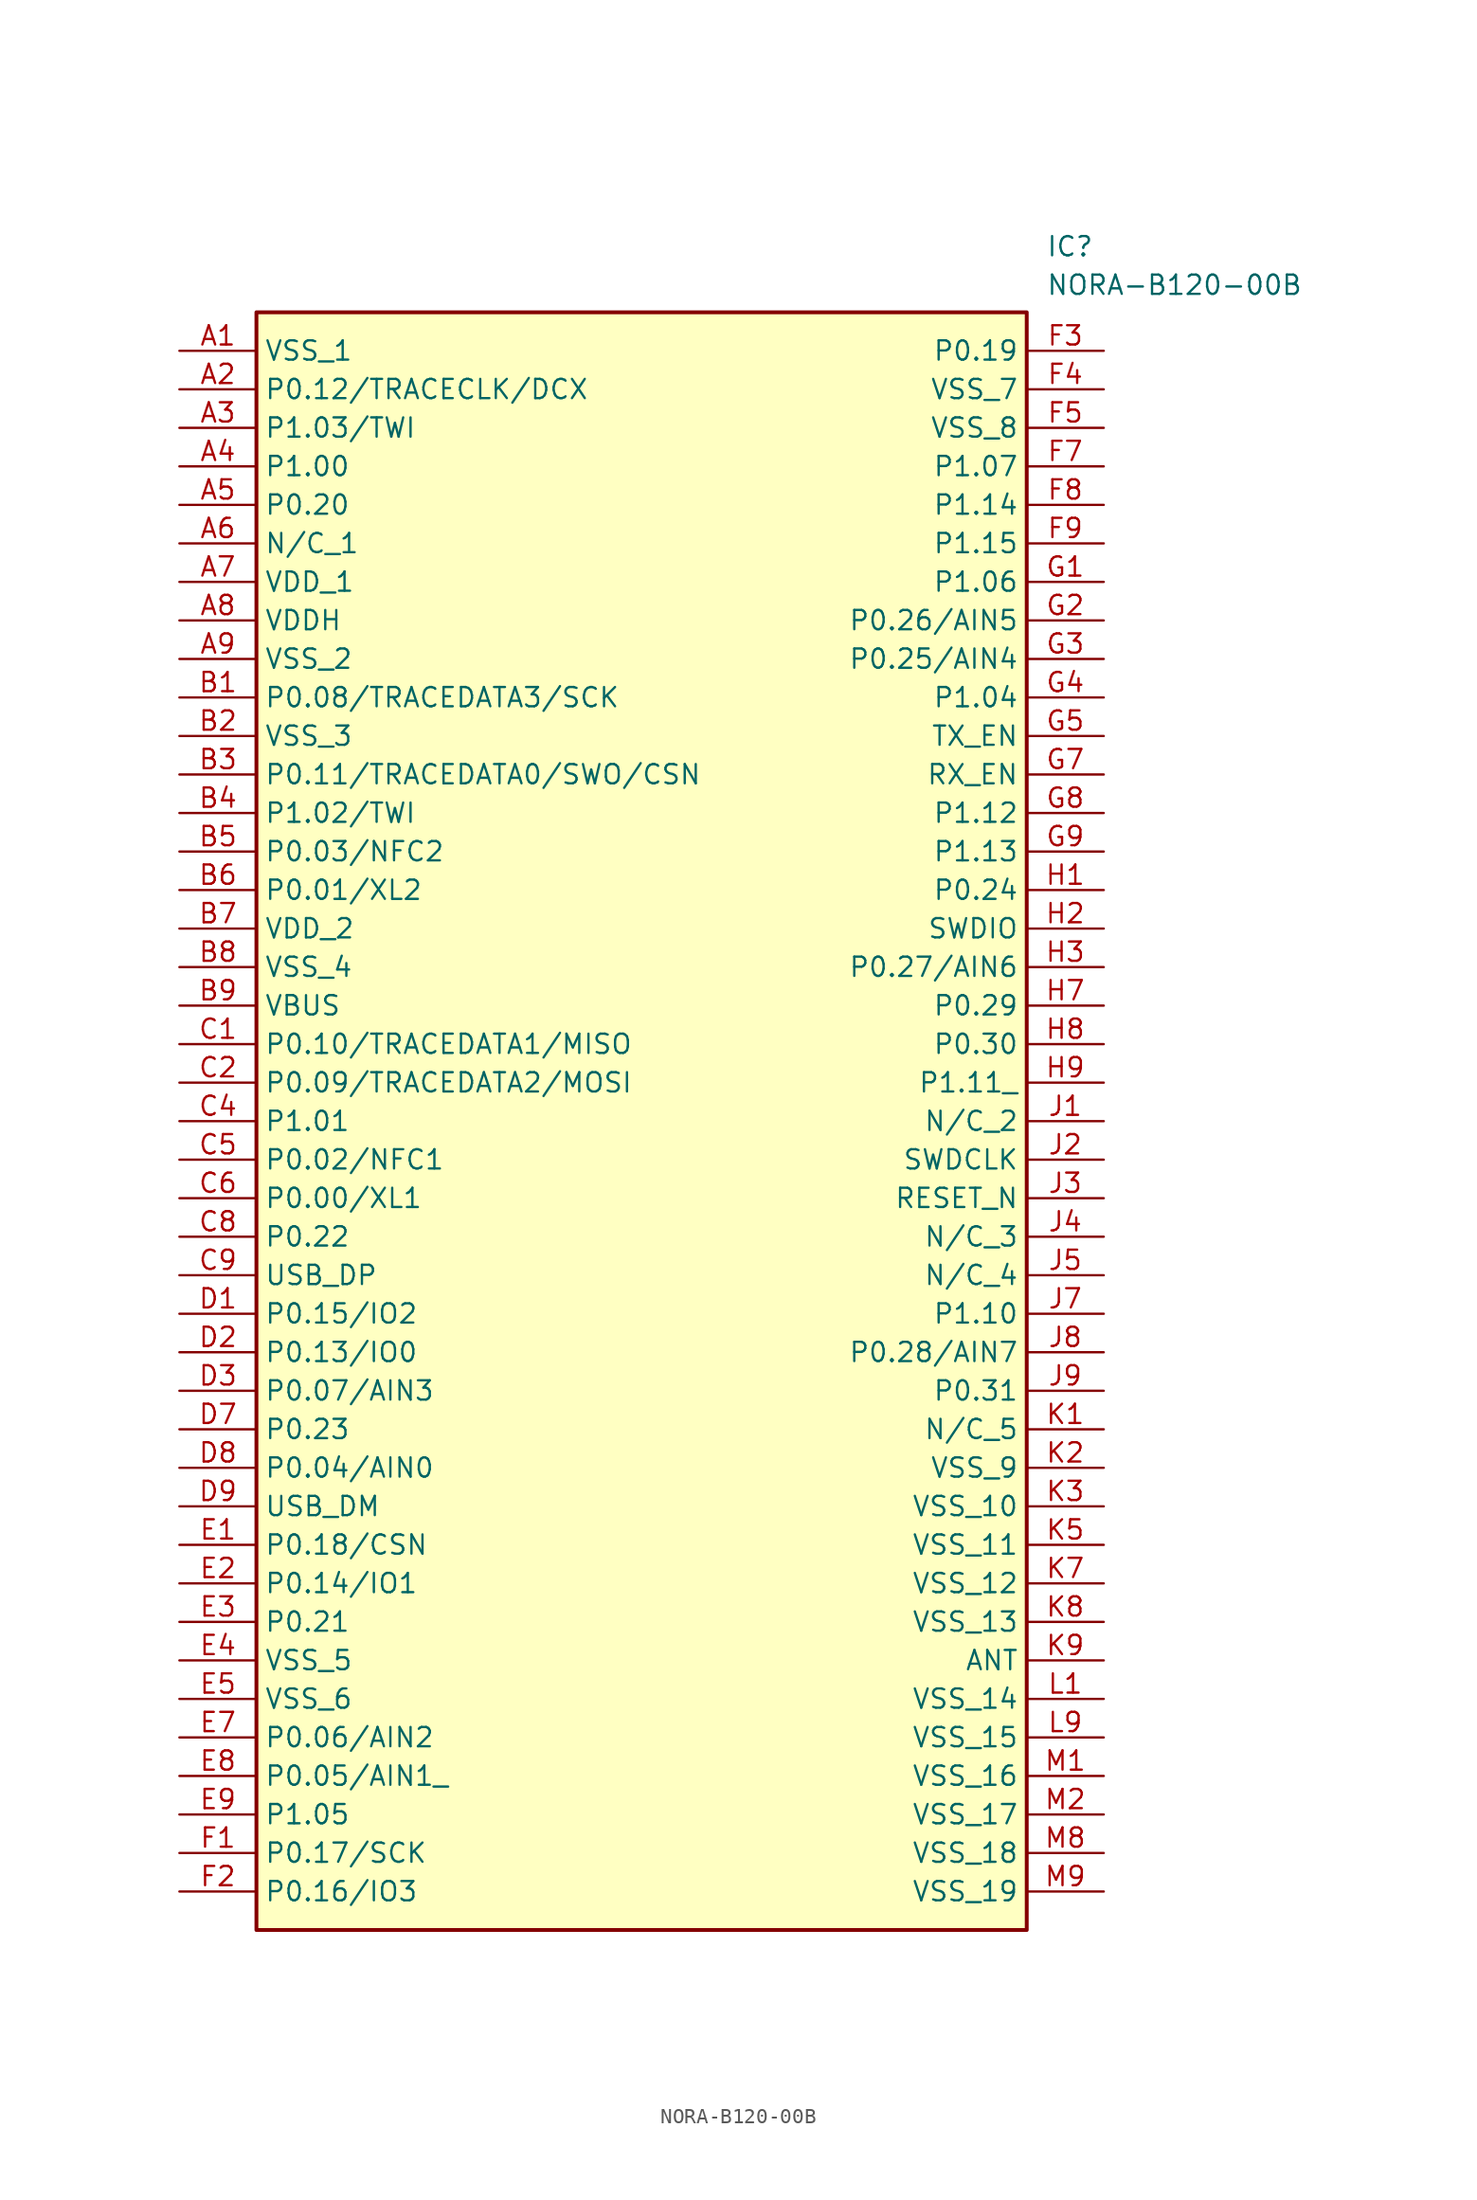
<source format=kicad_sym>
(kicad_symbol_lib
  (version 20211014)
  (generator SamacSys_ECAD_Model)
  (symbol "NORA-B120-00B"
    (property "Reference" "IC"
      (at 57.15 7.62 0)
      (effects (font (size 1.27 1.27)) (justify left top)))
    (property "Value" "NORA-B120-00B"
      (at 57.15 5.08 0)
      (effects (font (size 1.27 1.27)) (justify left top)))
    (rectangle
      (start 5.08 2.54)
      (end 55.88 -104.14)
      (stroke (width 0.254) (type default))
      (fill (type background)))
    (pin passive line
      (at 0 0 0)
      (length 5.08)
      (name "VSS_1" (effects (font (size 1.27 1.27))))
      (number "A1" (effects (font (size 1.27 1.27)))))
    (pin passive line
      (at 0 -2.54 0)
      (length 5.08)
      (name "P0.12/TRACECLK/DCX" (effects (font (size 1.27 1.27))))
      (number "A2" (effects (font (size 1.27 1.27)))))
    (pin passive line
      (at 0 -5.08 0)
      (length 5.08)
      (name "P1.03/TWI" (effects (font (size 1.27 1.27))))
      (number "A3" (effects (font (size 1.27 1.27)))))
    (pin passive line
      (at 0 -7.62 0)
      (length 5.08)
      (name "P1.00" (effects (font (size 1.27 1.27))))
      (number "A4" (effects (font (size 1.27 1.27)))))
    (pin passive line
      (at 0 -10.16 0)
      (length 5.08)
      (name "P0.20" (effects (font (size 1.27 1.27))))
      (number "A5" (effects (font (size 1.27 1.27)))))
    (pin passive line
      (at 0 -12.7 0)
      (length 5.08)
      (name "N/C_1" (effects (font (size 1.27 1.27))))
      (number "A6" (effects (font (size 1.27 1.27)))))
    (pin passive line
      (at 0 -15.24 0)
      (length 5.08)
      (name "VDD_1" (effects (font (size 1.27 1.27))))
      (number "A7" (effects (font (size 1.27 1.27)))))
    (pin passive line
      (at 0 -17.78 0)
      (length 5.08)
      (name "VDDH" (effects (font (size 1.27 1.27))))
      (number "A8" (effects (font (size 1.27 1.27)))))
    (pin passive line
      (at 0 -20.32 0)
      (length 5.08)
      (name "VSS_2" (effects (font (size 1.27 1.27))))
      (number "A9" (effects (font (size 1.27 1.27)))))
    (pin passive line
      (at 0 -22.86 0)
      (length 5.08)
      (name "P0.08/TRACEDATA3/SCK" (effects (font (size 1.27 1.27))))
      (number "B1" (effects (font (size 1.27 1.27)))))
    (pin passive line
      (at 0 -25.4 0)
      (length 5.08)
      (name "VSS_3" (effects (font (size 1.27 1.27))))
      (number "B2" (effects (font (size 1.27 1.27)))))
    (pin passive line
      (at 0 -27.94 0)
      (length 5.08)
      (name "P0.11/TRACEDATA0/SWO/CSN" (effects (font (size 1.27 1.27))))
      (number "B3" (effects (font (size 1.27 1.27)))))
    (pin passive line
      (at 0 -30.48 0)
      (length 5.08)
      (name "P1.02/TWI" (effects (font (size 1.27 1.27))))
      (number "B4" (effects (font (size 1.27 1.27)))))
    (pin passive line
      (at 0 -33.02 0)
      (length 5.08)
      (name "P0.03/NFC2" (effects (font (size 1.27 1.27))))
      (number "B5" (effects (font (size 1.27 1.27)))))
    (pin passive line
      (at 0 -35.56 0)
      (length 5.08)
      (name "P0.01/XL2" (effects (font (size 1.27 1.27))))
      (number "B6" (effects (font (size 1.27 1.27)))))
    (pin passive line
      (at 0 -38.1 0)
      (length 5.08)
      (name "VDD_2" (effects (font (size 1.27 1.27))))
      (number "B7" (effects (font (size 1.27 1.27)))))
    (pin passive line
      (at 0 -40.64 0)
      (length 5.08)
      (name "VSS_4" (effects (font (size 1.27 1.27))))
      (number "B8" (effects (font (size 1.27 1.27)))))
    (pin passive line
      (at 0 -43.18 0)
      (length 5.08)
      (name "VBUS" (effects (font (size 1.27 1.27))))
      (number "B9" (effects (font (size 1.27 1.27)))))
    (pin passive line
      (at 0 -45.72 0)
      (length 5.08)
      (name "P0.10/TRACEDATA1/MISO" (effects (font (size 1.27 1.27))))
      (number "C1" (effects (font (size 1.27 1.27)))))
    (pin passive line
      (at 0 -48.26 0)
      (length 5.08)
      (name "P0.09/TRACEDATA2/MOSI" (effects (font (size 1.27 1.27))))
      (number "C2" (effects (font (size 1.27 1.27)))))
    (pin passive line
      (at 0 -50.8 0)
      (length 5.08)
      (name "P1.01" (effects (font (size 1.27 1.27))))
      (number "C4" (effects (font (size 1.27 1.27)))))
    (pin passive line
      (at 0 -53.34 0)
      (length 5.08)
      (name "P0.02/NFC1" (effects (font (size 1.27 1.27))))
      (number "C5" (effects (font (size 1.27 1.27)))))
    (pin passive line
      (at 0 -55.88 0)
      (length 5.08)
      (name "P0.00/XL1" (effects (font (size 1.27 1.27))))
      (number "C6" (effects (font (size 1.27 1.27)))))
    (pin passive line
      (at 0 -58.42 0)
      (length 5.08)
      (name "P0.22" (effects (font (size 1.27 1.27))))
      (number "C8" (effects (font (size 1.27 1.27)))))
    (pin passive line
      (at 0 -60.96 0)
      (length 5.08)
      (name "USB_DP" (effects (font (size 1.27 1.27))))
      (number "C9" (effects (font (size 1.27 1.27)))))
    (pin passive line
      (at 0 -63.5 0)
      (length 5.08)
      (name "P0.15/IO2" (effects (font (size 1.27 1.27))))
      (number "D1" (effects (font (size 1.27 1.27)))))
    (pin passive line
      (at 0 -66.04 0)
      (length 5.08)
      (name "P0.13/IO0" (effects (font (size 1.27 1.27))))
      (number "D2" (effects (font (size 1.27 1.27)))))
    (pin passive line
      (at 0 -68.58 0)
      (length 5.08)
      (name "P0.07/AIN3" (effects (font (size 1.27 1.27))))
      (number "D3" (effects (font (size 1.27 1.27)))))
    (pin passive line
      (at 0 -71.12 0)
      (length 5.08)
      (name "P0.23" (effects (font (size 1.27 1.27))))
      (number "D7" (effects (font (size 1.27 1.27)))))
    (pin passive line
      (at 0 -73.66 0)
      (length 5.08)
      (name "P0.04/AIN0" (effects (font (size 1.27 1.27))))
      (number "D8" (effects (font (size 1.27 1.27)))))
    (pin passive line
      (at 0 -76.2 0)
      (length 5.08)
      (name "USB_DM" (effects (font (size 1.27 1.27))))
      (number "D9" (effects (font (size 1.27 1.27)))))
    (pin passive line
      (at 0 -78.74 0)
      (length 5.08)
      (name "P0.18/CSN" (effects (font (size 1.27 1.27))))
      (number "E1" (effects (font (size 1.27 1.27)))))
    (pin passive line
      (at 0 -81.28 0)
      (length 5.08)
      (name "P0.14/IO1" (effects (font (size 1.27 1.27))))
      (number "E2" (effects (font (size 1.27 1.27)))))
    (pin passive line
      (at 0 -83.82 0)
      (length 5.08)
      (name "P0.21" (effects (font (size 1.27 1.27))))
      (number "E3" (effects (font (size 1.27 1.27)))))
    (pin passive line
      (at 0 -86.36 0)
      (length 5.08)
      (name "VSS_5" (effects (font (size 1.27 1.27))))
      (number "E4" (effects (font (size 1.27 1.27)))))
    (pin passive line
      (at 0 -88.9 0)
      (length 5.08)
      (name "VSS_6" (effects (font (size 1.27 1.27))))
      (number "E5" (effects (font (size 1.27 1.27)))))
    (pin passive line
      (at 0 -91.44 0)
      (length 5.08)
      (name "P0.06/AIN2" (effects (font (size 1.27 1.27))))
      (number "E7" (effects (font (size 1.27 1.27)))))
    (pin passive line
      (at 0 -93.98 0)
      (length 5.08)
      (name "P0.05/AIN1_" (effects (font (size 1.27 1.27))))
      (number "E8" (effects (font (size 1.27 1.27)))))
    (pin passive line
      (at 0 -96.52 0)
      (length 5.08)
      (name "P1.05" (effects (font (size 1.27 1.27))))
      (number "E9" (effects (font (size 1.27 1.27)))))
    (pin passive line
      (at 0 -99.06 0)
      (length 5.08)
      (name "P0.17/SCK" (effects (font (size 1.27 1.27))))
      (number "F1" (effects (font (size 1.27 1.27)))))
    (pin passive line
      (at 0 -101.6 0)
      (length 5.08)
      (name "P0.16/IO3" (effects (font (size 1.27 1.27))))
      (number "F2" (effects (font (size 1.27 1.27)))))
    (pin passive line
      (at 60.96 0 180)
      (length 5.08)
      (name "P0.19" (effects (font (size 1.27 1.27))))
      (number "F3" (effects (font (size 1.27 1.27)))))
    (pin passive line
      (at 60.96 -2.54 180)
      (length 5.08)
      (name "VSS_7" (effects (font (size 1.27 1.27))))
      (number "F4" (effects (font (size 1.27 1.27)))))
    (pin passive line
      (at 60.96 -5.08 180)
      (length 5.08)
      (name "VSS_8" (effects (font (size 1.27 1.27))))
      (number "F5" (effects (font (size 1.27 1.27)))))
    (pin passive line
      (at 60.96 -7.62 180)
      (length 5.08)
      (name "P1.07" (effects (font (size 1.27 1.27))))
      (number "F7" (effects (font (size 1.27 1.27)))))
    (pin passive line
      (at 60.96 -10.16 180)
      (length 5.08)
      (name "P1.14" (effects (font (size 1.27 1.27))))
      (number "F8" (effects (font (size 1.27 1.27)))))
    (pin passive line
      (at 60.96 -12.7 180)
      (length 5.08)
      (name "P1.15" (effects (font (size 1.27 1.27))))
      (number "F9" (effects (font (size 1.27 1.27)))))
    (pin passive line
      (at 60.96 -15.24 180)
      (length 5.08)
      (name "P1.06" (effects (font (size 1.27 1.27))))
      (number "G1" (effects (font (size 1.27 1.27)))))
    (pin passive line
      (at 60.96 -17.78 180)
      (length 5.08)
      (name "P0.26/AIN5" (effects (font (size 1.27 1.27))))
      (number "G2" (effects (font (size 1.27 1.27)))))
    (pin passive line
      (at 60.96 -20.32 180)
      (length 5.08)
      (name "P0.25/AIN4" (effects (font (size 1.27 1.27))))
      (number "G3" (effects (font (size 1.27 1.27)))))
    (pin passive line
      (at 60.96 -22.86 180)
      (length 5.08)
      (name "P1.04" (effects (font (size 1.27 1.27))))
      (number "G4" (effects (font (size 1.27 1.27)))))
    (pin passive line
      (at 60.96 -25.4 180)
      (length 5.08)
      (name "TX_EN" (effects (font (size 1.27 1.27))))
      (number "G5" (effects (font (size 1.27 1.27)))))
    (pin passive line
      (at 60.96 -27.94 180)
      (length 5.08)
      (name "RX_EN" (effects (font (size 1.27 1.27))))
      (number "G7" (effects (font (size 1.27 1.27)))))
    (pin passive line
      (at 60.96 -30.48 180)
      (length 5.08)
      (name "P1.12" (effects (font (size 1.27 1.27))))
      (number "G8" (effects (font (size 1.27 1.27)))))
    (pin passive line
      (at 60.96 -33.02 180)
      (length 5.08)
      (name "P1.13" (effects (font (size 1.27 1.27))))
      (number "G9" (effects (font (size 1.27 1.27)))))
    (pin passive line
      (at 60.96 -35.56 180)
      (length 5.08)
      (name "P0.24" (effects (font (size 1.27 1.27))))
      (number "H1" (effects (font (size 1.27 1.27)))))
    (pin passive line
      (at 60.96 -38.1 180)
      (length 5.08)
      (name "SWDIO" (effects (font (size 1.27 1.27))))
      (number "H2" (effects (font (size 1.27 1.27)))))
    (pin passive line
      (at 60.96 -40.64 180)
      (length 5.08)
      (name "P0.27/AIN6" (effects (font (size 1.27 1.27))))
      (number "H3" (effects (font (size 1.27 1.27)))))
    (pin passive line
      (at 60.96 -43.18 180)
      (length 5.08)
      (name "P0.29" (effects (font (size 1.27 1.27))))
      (number "H7" (effects (font (size 1.27 1.27)))))
    (pin passive line
      (at 60.96 -45.72 180)
      (length 5.08)
      (name "P0.30" (effects (font (size 1.27 1.27))))
      (number "H8" (effects (font (size 1.27 1.27)))))
    (pin passive line
      (at 60.96 -48.26 180)
      (length 5.08)
      (name "P1.11_" (effects (font (size 1.27 1.27))))
      (number "H9" (effects (font (size 1.27 1.27)))))
    (pin passive line
      (at 60.96 -50.8 180)
      (length 5.08)
      (name "N/C_2" (effects (font (size 1.27 1.27))))
      (number "J1" (effects (font (size 1.27 1.27)))))
    (pin passive line
      (at 60.96 -53.34 180)
      (length 5.08)
      (name "SWDCLK" (effects (font (size 1.27 1.27))))
      (number "J2" (effects (font (size 1.27 1.27)))))
    (pin passive line
      (at 60.96 -55.88 180)
      (length 5.08)
      (name "RESET_N" (effects (font (size 1.27 1.27))))
      (number "J3" (effects (font (size 1.27 1.27)))))
    (pin passive line
      (at 60.96 -58.42 180)
      (length 5.08)
      (name "N/C_3" (effects (font (size 1.27 1.27))))
      (number "J4" (effects (font (size 1.27 1.27)))))
    (pin passive line
      (at 60.96 -60.96 180)
      (length 5.08)
      (name "N/C_4" (effects (font (size 1.27 1.27))))
      (number "J5" (effects (font (size 1.27 1.27)))))
    (pin passive line
      (at 60.96 -63.5 180)
      (length 5.08)
      (name "P1.10" (effects (font (size 1.27 1.27))))
      (number "J7" (effects (font (size 1.27 1.27)))))
    (pin passive line
      (at 60.96 -66.04 180)
      (length 5.08)
      (name "P0.28/AIN7" (effects (font (size 1.27 1.27))))
      (number "J8" (effects (font (size 1.27 1.27)))))
    (pin passive line
      (at 60.96 -68.58 180)
      (length 5.08)
      (name "P0.31" (effects (font (size 1.27 1.27))))
      (number "J9" (effects (font (size 1.27 1.27)))))
    (pin passive line
      (at 60.96 -71.12 180)
      (length 5.08)
      (name "N/C_5" (effects (font (size 1.27 1.27))))
      (number "K1" (effects (font (size 1.27 1.27)))))
    (pin passive line
      (at 60.96 -73.66 180)
      (length 5.08)
      (name "VSS_9" (effects (font (size 1.27 1.27))))
      (number "K2" (effects (font (size 1.27 1.27)))))
    (pin passive line
      (at 60.96 -76.2 180)
      (length 5.08)
      (name "VSS_10" (effects (font (size 1.27 1.27))))
      (number "K3" (effects (font (size 1.27 1.27)))))
    (pin passive line
      (at 60.96 -78.74 180)
      (length 5.08)
      (name "VSS_11" (effects (font (size 1.27 1.27))))
      (number "K5" (effects (font (size 1.27 1.27)))))
    (pin passive line
      (at 60.96 -81.28 180)
      (length 5.08)
      (name "VSS_12" (effects (font (size 1.27 1.27))))
      (number "K7" (effects (font (size 1.27 1.27)))))
    (pin passive line
      (at 60.96 -83.82 180)
      (length 5.08)
      (name "VSS_13" (effects (font (size 1.27 1.27))))
      (number "K8" (effects (font (size 1.27 1.27)))))
    (pin passive line
      (at 60.96 -86.36 180)
      (length 5.08)
      (name "ANT" (effects (font (size 1.27 1.27))))
      (number "K9" (effects (font (size 1.27 1.27)))))
    (pin passive line
      (at 60.96 -88.9 180)
      (length 5.08)
      (name "VSS_14" (effects (font (size 1.27 1.27))))
      (number "L1" (effects (font (size 1.27 1.27)))))
    (pin passive line
      (at 60.96 -91.44 180)
      (length 5.08)
      (name "VSS_15" (effects (font (size 1.27 1.27))))
      (number "L9" (effects (font (size 1.27 1.27)))))
    (pin passive line
      (at 60.96 -93.98 180)
      (length 5.08)
      (name "VSS_16" (effects (font (size 1.27 1.27))))
      (number "M1" (effects (font (size 1.27 1.27)))))
    (pin passive line
      (at 60.96 -96.52 180)
      (length 5.08)
      (name "VSS_17" (effects (font (size 1.27 1.27))))
      (number "M2" (effects (font (size 1.27 1.27)))))
    (pin passive line
      (at 60.96 -99.06 180)
      (length 5.08)
      (name "VSS_18" (effects (font (size 1.27 1.27))))
      (number "M8" (effects (font (size 1.27 1.27)))))
    (pin passive line
      (at 60.96 -101.6 180)
      (length 5.08)
      (name "VSS_19" (effects (font (size 1.27 1.27))))
      (number "M9" (effects (font (size 1.27 1.27)))))))
</source>
